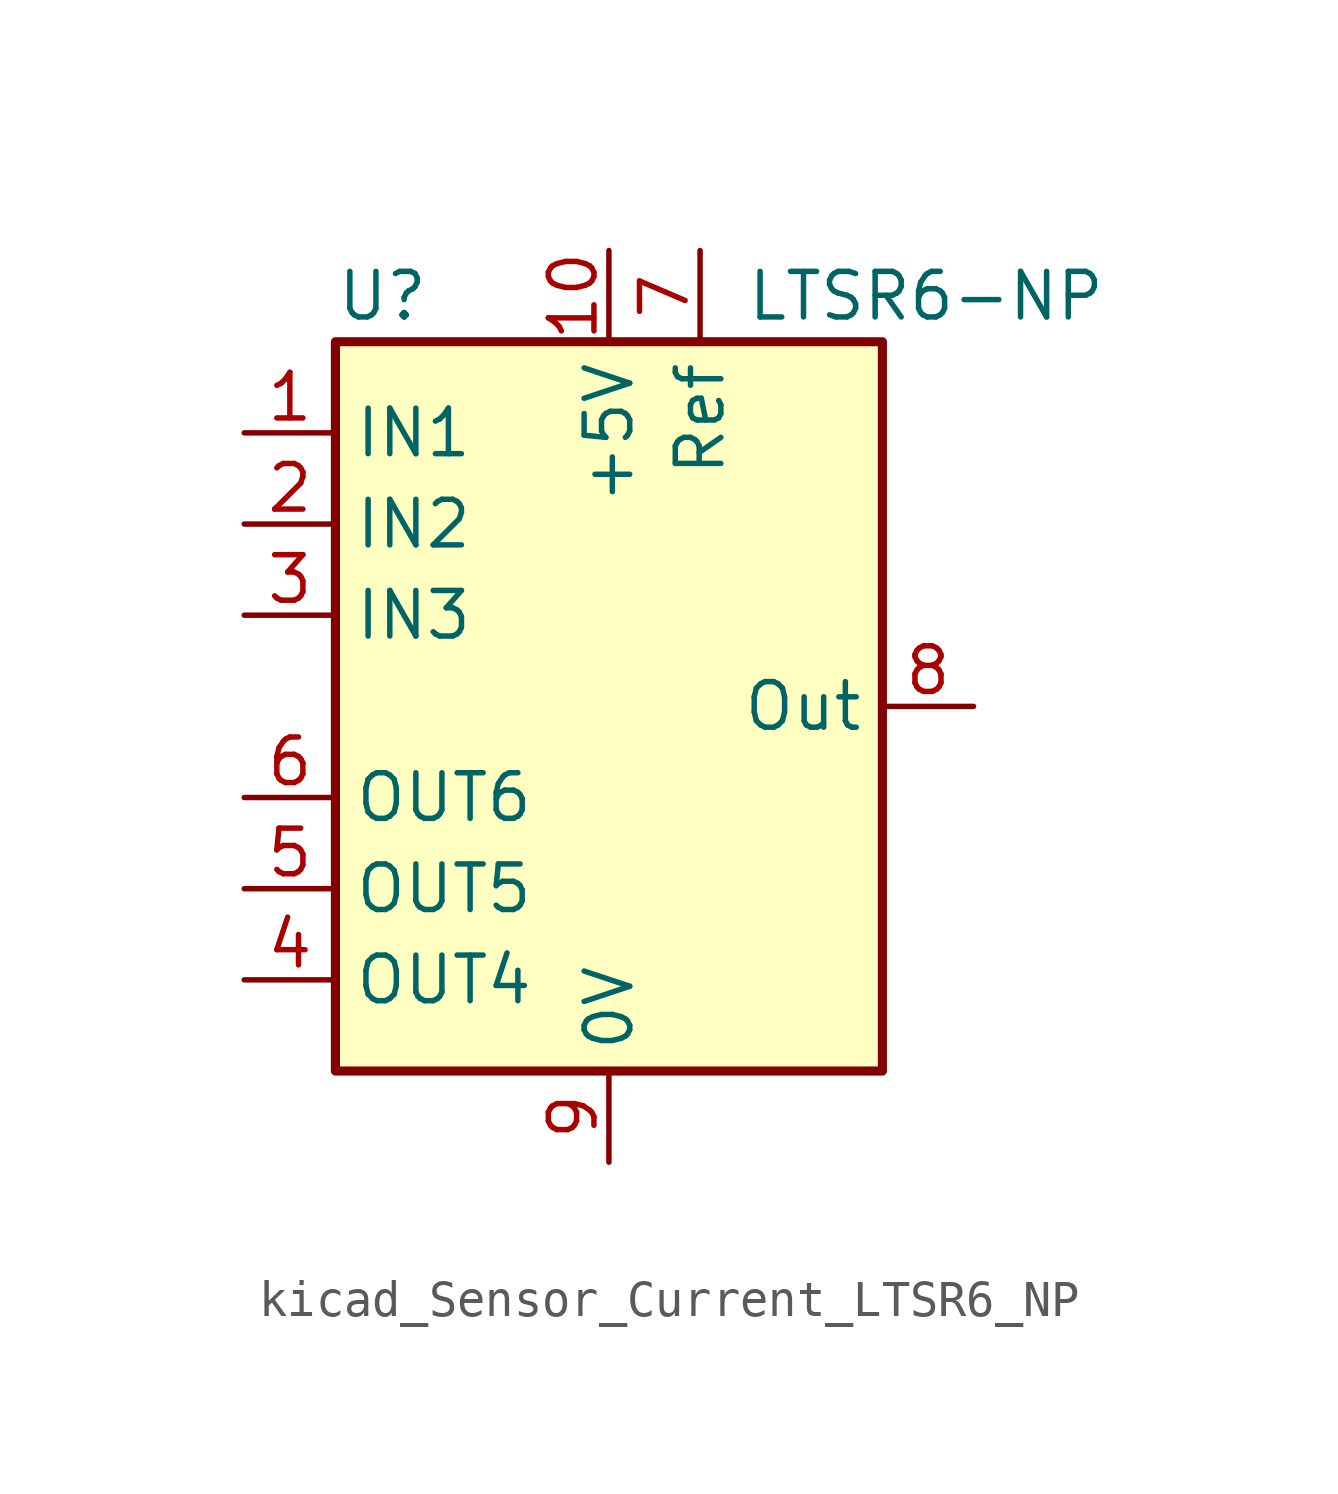
<source format=kicad_sym>
(kicad_symbol_lib
  (version 20220914)
  (generator kicad_symbol_editor)
  (symbol "kicad_Sensor_Current_LTSR6_NP"
    (property "Reference" "U"
      (at -7.62 11.43 0)
      (effects (font (size 1.27 1.27)) (justify left)))
    (property "Value" "LTSR6-NP"
      (at 3.81 11.43 0)
      (effects (font (size 1.27 1.27)) (justify left)))
    (symbol "kicad_Sensor_Current_LTSR6_NP_0_1"
      (rectangle (start -7.62 10.16) (end 7.62 -10.16) (stroke (width 0.254) (type default)) (fill (type background))))
    (symbol "kicad_Sensor_Current_LTSR6_NP_1_1"
      (pin passive line (at -10.16 7.62 0) (length 2.54) (name "IN1" (effects (font (size 1.27 1.27)))) (number "1" (effects (font (size 1.27 1.27)))))
      (pin power_in line (at 0 12.7 270) (length 2.54) (name "+5V" (effects (font (size 1.27 1.27)))) (number "10" (effects (font (size 1.27 1.27)))))
      (pin passive line (at -10.16 5.08 0) (length 2.54) (name "IN2" (effects (font (size 1.27 1.27)))) (number "2" (effects (font (size 1.27 1.27)))))
      (pin passive line (at -10.16 2.54 0) (length 2.54) (name "IN3" (effects (font (size 1.27 1.27)))) (number "3" (effects (font (size 1.27 1.27)))))
      (pin passive line (at -10.16 -7.62 0) (length 2.54) (name "OUT4" (effects (font (size 1.27 1.27)))) (number "4" (effects (font (size 1.27 1.27)))))
      (pin passive line (at -10.16 -5.08 0) (length 2.54) (name "OUT5" (effects (font (size 1.27 1.27)))) (number "5" (effects (font (size 1.27 1.27)))))
      (pin passive line (at -10.16 -2.54 0) (length 2.54) (name "OUT6" (effects (font (size 1.27 1.27)))) (number "6" (effects (font (size 1.27 1.27)))))
      (pin passive line (at 2.54 12.7 270) (length 2.54) (name "Ref" (effects (font (size 1.27 1.27)))) (number "7" (effects (font (size 1.27 1.27)))))
      (pin output line (at 10.16 0 180) (length 2.54) (name "Out" (effects (font (size 1.27 1.27)))) (number "8" (effects (font (size 1.27 1.27)))))
      (pin power_in line (at 0 -12.7 90) (length 2.54) (name "0V" (effects (font (size 1.27 1.27)))) (number "9" (effects (font (size 1.27 1.27))))))))
</source>
